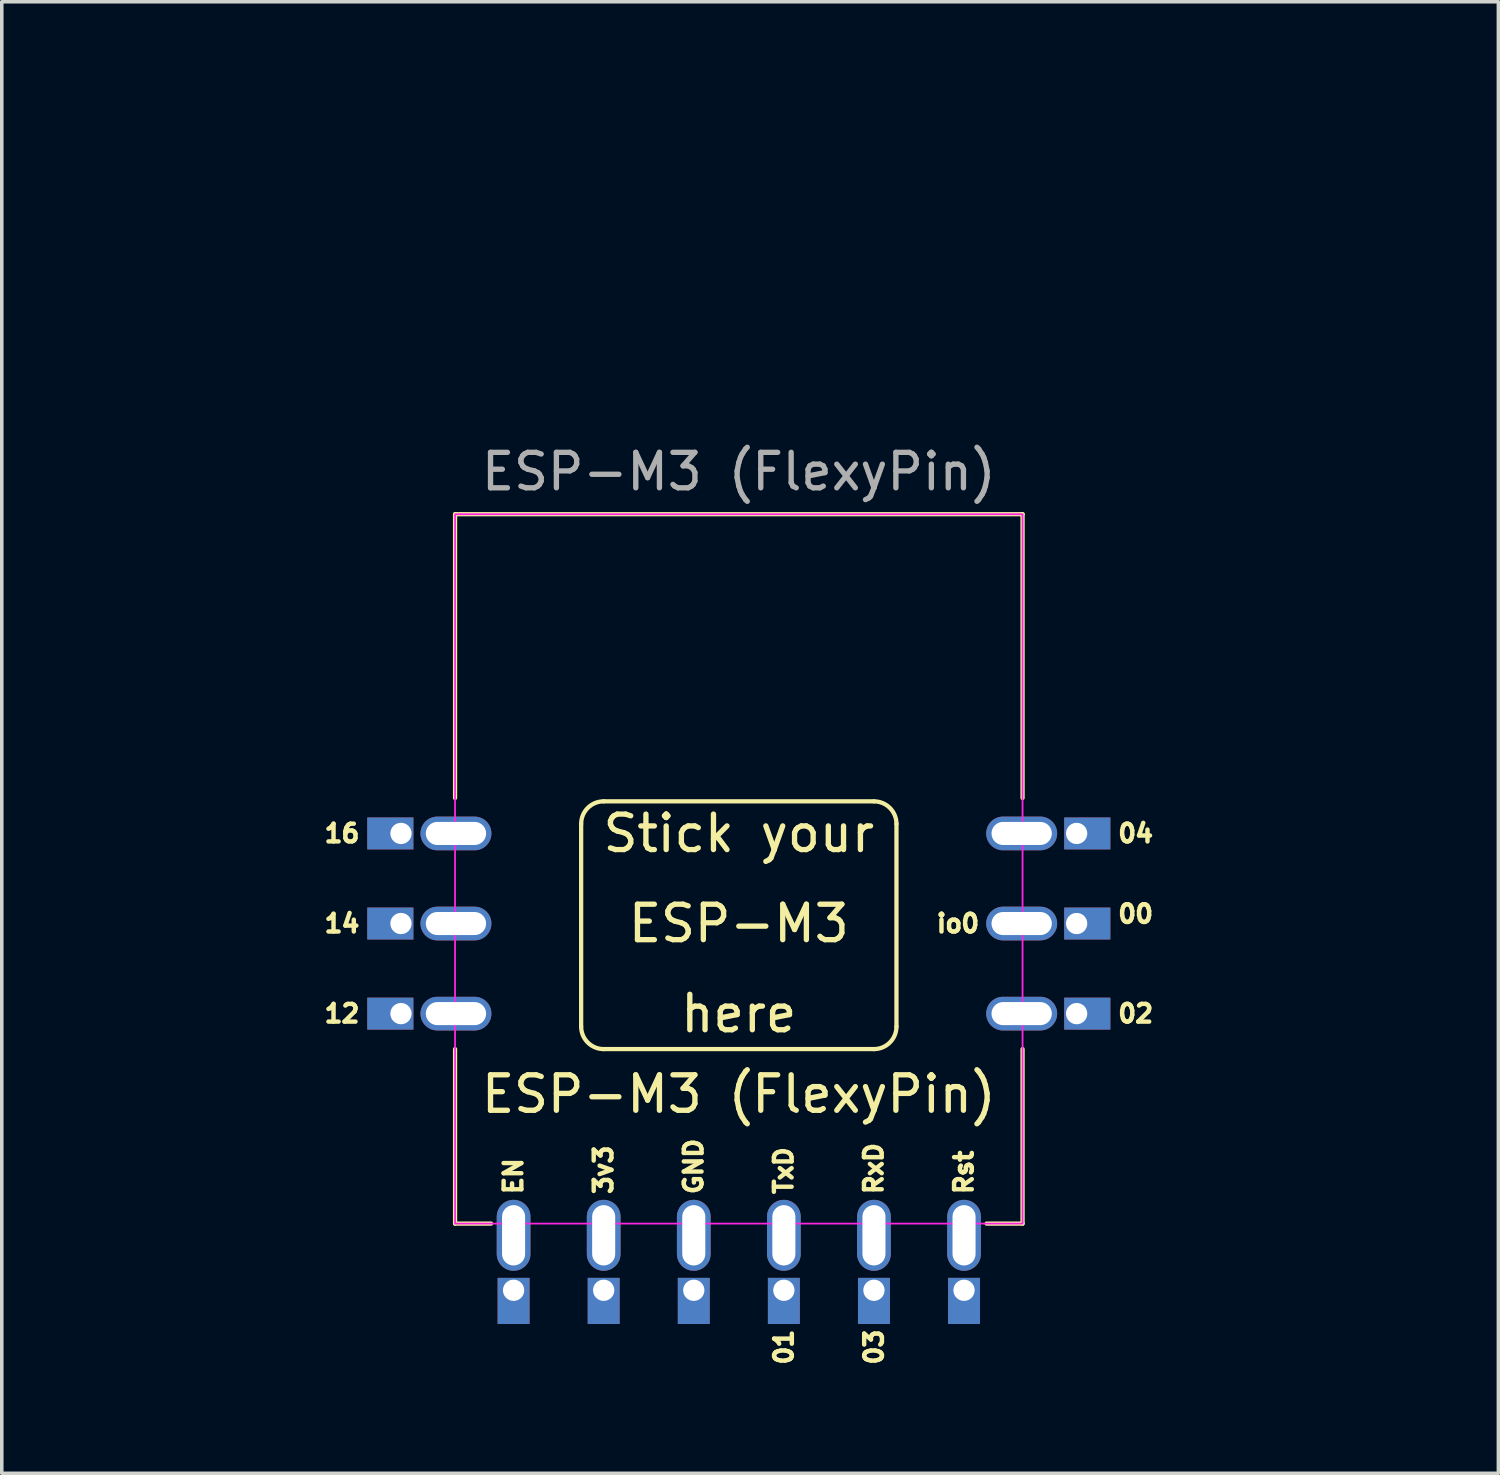
<source format=kicad_pcb>
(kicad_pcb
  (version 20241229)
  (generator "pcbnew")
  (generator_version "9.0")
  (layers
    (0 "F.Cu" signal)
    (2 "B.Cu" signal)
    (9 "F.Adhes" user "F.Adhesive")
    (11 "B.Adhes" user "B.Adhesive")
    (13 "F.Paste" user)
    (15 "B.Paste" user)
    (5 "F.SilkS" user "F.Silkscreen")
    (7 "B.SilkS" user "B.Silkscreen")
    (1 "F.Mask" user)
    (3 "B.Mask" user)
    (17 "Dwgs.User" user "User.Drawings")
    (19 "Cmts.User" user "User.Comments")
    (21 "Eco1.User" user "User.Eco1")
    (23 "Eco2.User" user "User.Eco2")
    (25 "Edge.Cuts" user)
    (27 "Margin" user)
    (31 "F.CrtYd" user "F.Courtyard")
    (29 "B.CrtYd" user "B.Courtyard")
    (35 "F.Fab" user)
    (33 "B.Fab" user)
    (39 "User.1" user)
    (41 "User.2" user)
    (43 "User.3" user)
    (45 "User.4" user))
  (footprint "ESP-M3 (FlexyPin)"
    (layer "F.Cu")
    (at 17.78 21.448)
    (property "Reference" "ESP-M3 (FlexyPin)" (at 0 6.35 0) (unlocked yes) (layer "F.SilkS") (effects (font (size 1 1) (thickness 0.15))))
    (attr through_hole)
    (fp_line (start -8 -10) (end -8 -2) (stroke (width 0.12) (type solid)) (layer "F.SilkS"))
    (fp_line (start -8 5.08) (end -8 10) (stroke (width 0.12) (type solid)) (layer "F.SilkS"))
    (fp_line (start -8 10) (end -6.985 10) (stroke (width 0.12) (type solid)) (layer "F.SilkS"))
    (fp_line (start -4.445 -1.27) (end -4.445 4.445) (stroke (width 0.12) (type solid)) (layer "F.SilkS"))
    (fp_line (start -3.81 -1.905) (end 3.81 -1.905) (stroke (width 0.12) (type solid)) (layer "F.SilkS"))
    (fp_line (start 3.81 5.08) (end -3.81 5.08) (stroke (width 0.12) (type solid)) (layer "F.SilkS"))
    (fp_line (start 4.445 -1.27) (end 4.445 4.445) (stroke (width 0.12) (type solid)) (layer "F.SilkS"))
    (fp_line (start 8 -10) (end -8 -10) (stroke (width 0.12) (type solid)) (layer "F.SilkS"))
    (fp_line (start 8 -2) (end 8 -10) (stroke (width 0.12) (type solid)) (layer "F.SilkS"))
    (fp_line (start 8 5.08) (end 8 10) (stroke (width 0.12) (type solid)) (layer "F.SilkS"))
    (fp_line (start 8 10) (end 6.985 10) (stroke (width 0.12) (type solid)) (layer "F.SilkS"))
    (fp_arc (start -4.445 -1.270001) (mid -4.259013 -1.719014) (end -3.81 -1.905001) (stroke (width 0.12) (type solid)) (layer "F.SilkS"))
    (fp_arc (start -3.81 5.08) (mid -4.259013 4.894013) (end -4.445 4.445) (stroke (width 0.12) (type solid)) (layer "F.SilkS"))
    (fp_arc (start 3.81 -1.905) (mid 4.259013 -1.719013) (end 4.445 -1.27) (stroke (width 0.12) (type solid)) (layer "F.SilkS"))
    (fp_arc (start 4.445 4.445001) (mid 4.259013 4.894014) (end 3.81 5.080001) (stroke (width 0.12) (type solid)) (layer "F.SilkS"))
    (fp_rect (start -8 -10) (end 8 10) (stroke (width 0.05) (type solid)) (fill no) (layer "F.CrtYd"))
    (fp_text user "00" (at 10.63 1.27 0) (layer "F.SilkS") (effects (font (size 0.5 0.5) (thickness 0.125)) (justify left)))
    (fp_text user "io0" (at 6.844 1.54 0) (layer "F.SilkS") (effects (font (size 0.5 0.5) (thickness 0.125)) (justify right)))
    (fp_text user "Rst" (at 6.344 9.233 90) (layer "F.SilkS") (effects (font (size 0.5 0.5) (thickness 0.125)) (justify left)))
    (fp_text user "EN" (at -6.356 9.233 90) (layer "F.SilkS") (effects (font (size 0.5 0.5) (thickness 0.125)) (justify left)))
    (fp_text user "04" (at 10.63 -1 180) (layer "F.SilkS") (effects (font (size 0.5 0.5) (thickness 0.125)) (justify left)))
    (fp_text user "12" (at -10.63 4.08 180) (layer "F.SilkS") (effects (font (size 0.5 0.5) (thickness 0.125)) (justify right)))
    (fp_text user "ESP-M3" (at 0 1.54 0) (unlocked yes) (layer "F.SilkS") (effects (font (size 1 1) (thickness 0.15))))
    (fp_text user "02" (at 10.63 4.08 180) (layer "F.SilkS") (effects (font (size 0.5 0.5) (thickness 0.125)) (justify left)))
    (fp_text user "16" (at -10.63 -1 180) (layer "F.SilkS") (effects (font (size 0.5 0.5) (thickness 0.125)) (justify right)))
    (fp_text user "3v3" (at -3.816 9.233 90) (layer "F.SilkS") (effects (font (size 0.5 0.5) (thickness 0.125)) (justify left)))
    (fp_text user "TxD" (at 1.264 9.233 90) (layer "F.SilkS") (effects (font (size 0.5 0.5) (thickness 0.125)) (justify left)))
    (fp_text user "here" (at 0 4.08 0) (unlocked yes) (layer "F.SilkS") (effects (font (size 1 1) (thickness 0.15))))
    (fp_text user "03" (at 3.81 14.04 270) (layer "F.SilkS") (effects (font (size 0.5 0.5) (thickness 0.125)) (justify left)))
    (fp_text user "14" (at -10.63 1.54 180) (layer "F.SilkS") (effects (font (size 0.5 0.5) (thickness 0.125)) (justify right)))
    (fp_text user "01" (at 1.27 14.04 90) (layer "F.SilkS") (effects (font (size 0.5 0.5) (thickness 0.125)) (justify left)))
    (fp_text user "GND" (at -1.276 9.233 90) (layer "F.SilkS") (effects (font (size 0.5 0.5) (thickness 0.125)) (justify left)))
    (fp_text user "Stick your" (at 0 -1 0) (unlocked yes) (layer "F.SilkS") (effects (font (size 1 1) (thickness 0.15))))
    (fp_text user "RxD" (at 3.804 9.233 90) (layer "F.SilkS") (effects (font (size 0.5 0.5) (thickness 0.125)) (justify left)))
    (fp_text user "${REFERENCE}" (at 0 -11.2 0) (unlocked yes) (layer "F.Fab") (effects (font (size 1 1) (thickness 0.15))))
    (pad "1" thru_hole rect (at -9.525 -1) (size 1.3 0.9) (drill 0.6 (offset -0.3 0)) (layers "*.Cu" "*.Mask"))
    (pad "1" thru_hole oval (at -7.975 -1) (size 2 0.95) (drill oval 1.7 0.65) (layers "*.Cu" "*.Mask"))
    (pad "2" thru_hole rect (at -9.525 1.54) (size 1.3 0.9) (drill 0.6 (offset -0.3 0)) (layers "*.Cu" "*.Mask"))
    (pad "2" thru_hole oval (at -7.975 1.54) (size 2 0.95) (drill oval 1.7 0.65) (layers "*.Cu" "*.Mask"))
    (pad "3" thru_hole rect (at -9.525 4.08) (size 1.3 0.9) (drill 0.6 (offset -0.3 0)) (layers "*.Cu" "*.Mask"))
    (pad "3" thru_hole oval (at -7.975 4.08) (size 2 0.95) (drill oval 1.7 0.65) (layers "*.Cu" "*.Mask"))
    (pad "4" thru_hole oval (at -6.35 10.33 90) (size 2 0.95) (drill oval 1.7 0.65) (layers "*.Cu" "*.Mask"))
    (pad "4" thru_hole rect (at -6.35 11.88 90) (size 1.3 0.9) (drill 0.6 (offset -0.3 0)) (layers "*.Cu" "*.Mask"))
    (pad "5" thru_hole oval (at -3.81 10.33 90) (size 2 0.95) (drill oval 1.7 0.65) (layers "*.Cu" "*.Mask"))
    (pad "5" thru_hole rect (at -3.81 11.88 90) (size 1.3 0.9) (drill 0.6 (offset -0.3 0)) (layers "*.Cu" "*.Mask"))
    (pad "6" thru_hole oval (at -1.27 10.33 90) (size 2 0.95) (drill oval 1.7 0.65) (layers "*.Cu" "*.Mask"))
    (pad "6" thru_hole rect (at -1.27 11.88 90) (size 1.3 0.9) (drill 0.6 (offset -0.3 0)) (layers "*.Cu" "*.Mask"))
    (pad "7" thru_hole oval (at 1.27 10.33 90) (size 2 0.95) (drill oval 1.7 0.65) (layers "*.Cu" "*.Mask"))
    (pad "7" thru_hole rect (at 1.27 11.88 90) (size 1.3 0.9) (drill 0.6 (offset -0.3 0)) (layers "*.Cu" "*.Mask"))
    (pad "8" thru_hole oval (at 3.81 10.33 90) (size 2 0.95) (drill oval 1.7 0.65) (layers "*.Cu" "*.Mask"))
    (pad "8" thru_hole rect (at 3.81 11.88 90) (size 1.3 0.9) (drill 0.6 (offset -0.3 0)) (layers "*.Cu" "*.Mask"))
    (pad "9" thru_hole oval (at 6.35 10.33 90) (size 2 0.95) (drill oval 1.7 0.65) (layers "*.Cu" "*.Mask"))
    (pad "9" thru_hole rect (at 6.35 11.88 90) (size 1.3 0.9) (drill 0.6 (offset -0.3 0)) (layers "*.Cu" "*.Mask"))
    (pad "10" thru_hole oval (at 7.975 4.08 180) (size 2 0.95) (drill oval 1.7 0.65) (layers "*.Cu" "*.Mask"))
    (pad "10" thru_hole rect (at 9.525 4.08 180) (size 1.3 0.9) (drill 0.6 (offset -0.3 0)) (layers "*.Cu" "*.Mask"))
    (pad "11" thru_hole oval (at 7.975 1.54 180) (size 2 0.95) (drill oval 1.7 0.65) (layers "*.Cu" "*.Mask"))
    (pad "11" thru_hole rect (at 9.525 1.54 180) (size 1.3 0.9) (drill 0.6 (offset -0.3 0)) (layers "*.Cu" "*.Mask"))
    (pad "12" thru_hole oval (at 7.975 -1 180) (size 2 0.95) (drill oval 1.7 0.65) (layers "*.Cu" "*.Mask"))
    (pad "12" thru_hole rect (at 9.525 -1 180) (size 1.3 0.9) (drill 0.6 (offset -0.3 0)) (layers "*.Cu" "*.Mask"))
    (zone (net_name "") (layers "F.Cu" "B.Cu") (name "Antenna") (hatch full 0.508) (connect_pads) (min_thickness 0.254) (filled_areas_thickness no) (keepout (tracks not_allowed) (vias not_allowed) (pads not_allowed) (copperpour not_allowed) (footprints allowed)) (placement (enabled no)) (fill) (polygon (pts (xy 36.195 19.05) (xy 0 19.05) (xy 0 0) (xy 36.195 0)))))
  (gr_rect
    (start -3 -3)
    (end 39.195 38.488)
    (stroke (width 0.1) (type default))
    (fill no)
    (layer "Edge.Cuts")))
</source>
